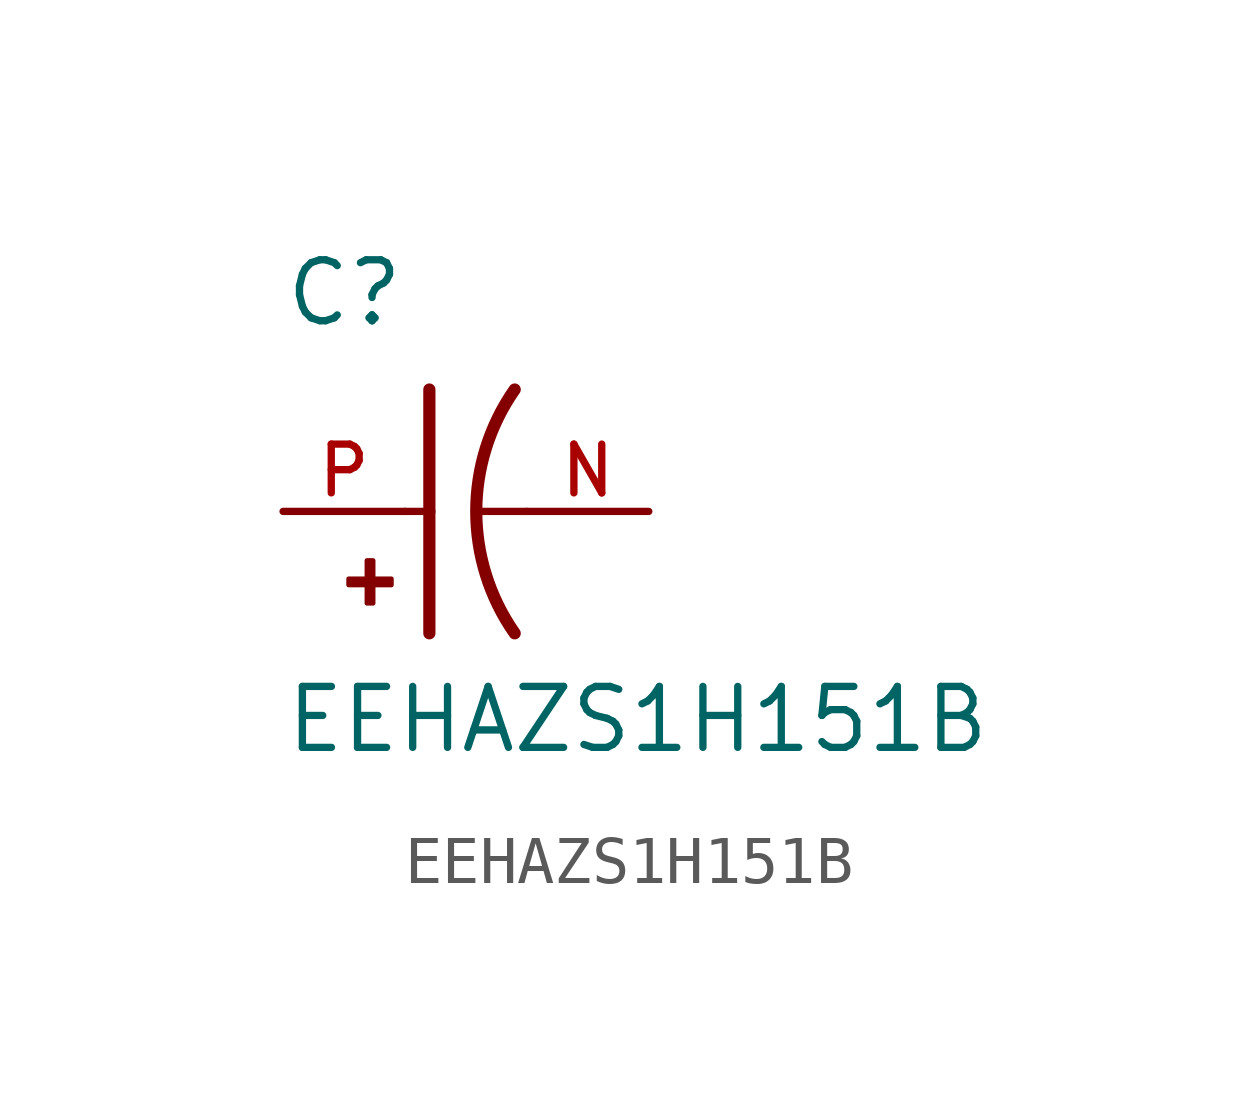
<source format=kicad_sym>
(kicad_symbol_lib
  (version 20211014)
  (generator kicad_symbol_editor)
  (symbol "EEHAZS1H151B"
    (pin_names
      (offset 1.016))
    (property "Reference" "C"
      (at -2.54 3.81 0)
      (effects (font (size 1.27 1.27)) (justify bottom left)))
    (property "Value" "EEHAZS1H151B"
      (at -2.54 -5.08 0)
      (effects (font (size 1.27 1.27)) (justify bottom left)))
    (symbol "EEHAZS1H151B_0_0"
      (arc (start 2.286 -2.54) (mid 1.4851 -0.0) (end 2.286 2.54) (stroke (width 0.254) (type default) (color 0 0 0 0)) (fill (type none)))
      (polyline (pts (xy 0.508 2.54) (xy 0.508 0.0)) (stroke (width 0.254)))
      (rectangle (start -1.173 -1.532) (end -0.284 -1.405) (stroke (width 0.1)) (fill (type outline)))
      (rectangle (start -0.792 -1.913) (end -0.665 -1.024) (stroke (width 0.1)) (fill (type outline)))
      (polyline (pts (xy 0.508 0.0) (xy 0.508 -2.54)) (stroke (width 0.254)))
      (polyline (pts (xy 0.0 0.0) (xy 0.508 0.0)) (stroke (width 0.152)))
      (polyline (pts (xy 2.54 0.0) (xy 1.524 0.0)) (stroke (width 0.152)))
      (pin passive line (at -2.54 0.0 0) (length 2.54) (name "~" (effects (font (size 1.016 1.016)))) (number "P" (effects (font (size 1.016 1.016)))))
      (pin passive line (at 5.08 0.0 180.0) (length 2.54) (name "~" (effects (font (size 1.016 1.016)))) (number "N" (effects (font (size 1.016 1.016))))))))
</source>
